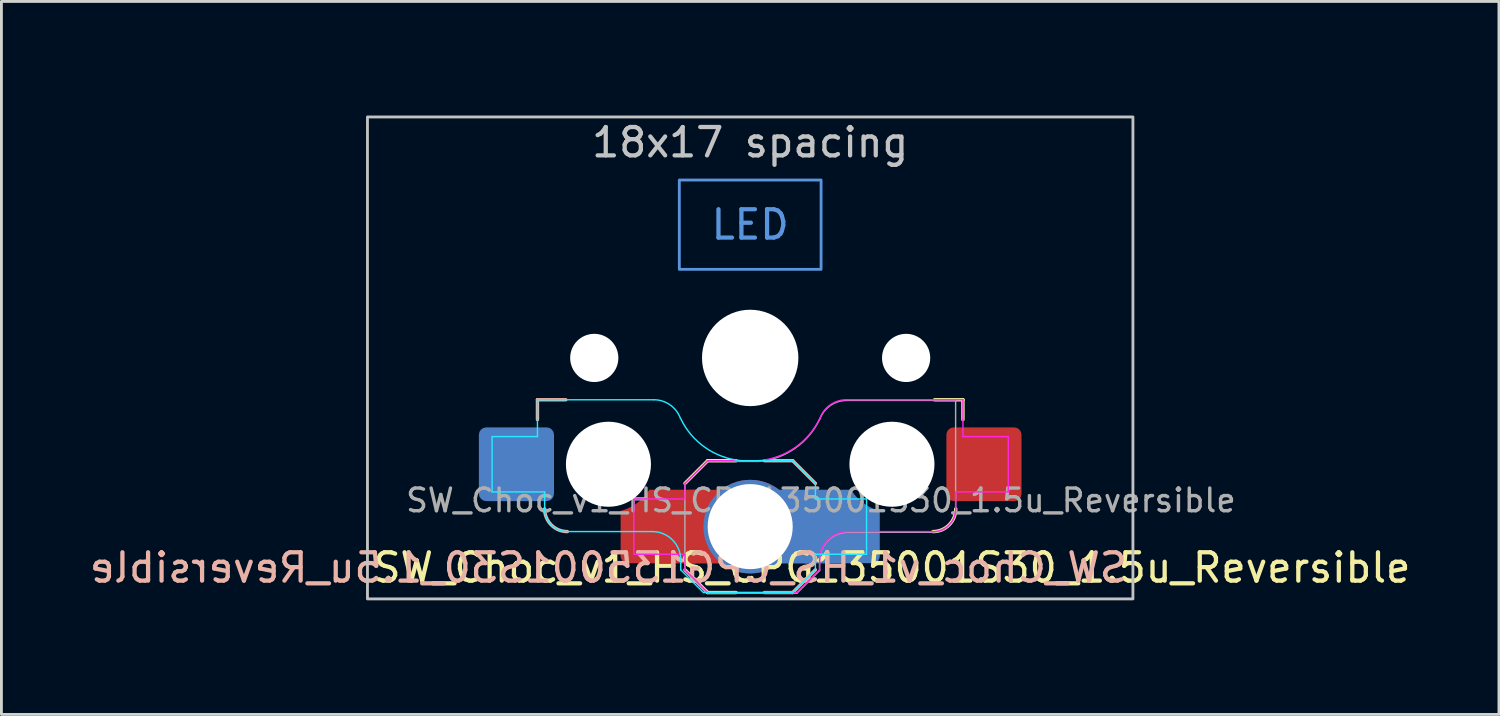
<source format=kicad_pcb>
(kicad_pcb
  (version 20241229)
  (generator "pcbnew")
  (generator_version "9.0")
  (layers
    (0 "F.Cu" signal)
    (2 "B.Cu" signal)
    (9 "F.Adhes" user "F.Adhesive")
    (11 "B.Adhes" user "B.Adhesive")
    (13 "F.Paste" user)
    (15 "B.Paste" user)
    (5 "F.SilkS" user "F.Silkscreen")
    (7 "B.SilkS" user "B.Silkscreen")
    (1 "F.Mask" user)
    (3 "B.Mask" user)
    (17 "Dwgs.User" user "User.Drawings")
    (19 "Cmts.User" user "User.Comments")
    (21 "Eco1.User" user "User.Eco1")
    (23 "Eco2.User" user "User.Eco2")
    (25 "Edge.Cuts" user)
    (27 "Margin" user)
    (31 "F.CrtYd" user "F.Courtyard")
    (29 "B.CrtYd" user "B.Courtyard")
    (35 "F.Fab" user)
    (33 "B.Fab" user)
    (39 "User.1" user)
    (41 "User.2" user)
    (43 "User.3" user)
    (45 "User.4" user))
  (footprint "SW_Choc_v1_HS_CPG135001S30_1.5u_Reversible"
    (layer "F.Cu")
    (at 23.411 9.575)
    (property "Reference" "SW_Choc_v1_HS_CPG135001S30_1.5u_Reversible" (at 5 7.4 180) (layer "F.SilkS") (effects (font (size 1 1) (thickness 0.15))))
    (attr smd)
    (fp_line (start -2.3 7.475) (end -1.5 8.275) (stroke (width 0.12) (type solid)) (layer "F.SilkS"))
    (fp_line (start -1.5 3.625) (end -2.3 4.425) (stroke (width 0.12) (type solid)) (layer "F.SilkS"))
    (fp_line (start -1.5 3.625) (end -0.5 3.625) (stroke (width 0.12) (type solid)) (layer "F.SilkS"))
    (fp_line (start -1.5 8.275) (end -0.5 8.275) (stroke (width 0.12) (type solid)) (layer "F.SilkS"))
    (fp_line (start 7.504 1.475) (end 6.504 1.475) (stroke (width 0.12) (type solid)) (layer "F.SilkS"))
    (fp_line (start 7.504 1.475) (end 7.504 2.175) (stroke (width 0.12) (type solid)) (layer "F.SilkS"))
    (fp_arc (start 7.25 5.325) (mid 7.015685 5.890685) (end 6.45 6.125) (stroke (width 0.12) (type solid)) (layer "F.SilkS"))
    (fp_line (start -7.504 1.475) (end -7.504 2.175) (stroke (width 0.12) (type solid)) (layer "B.SilkS"))
    (fp_line (start -7.504 1.475) (end -6.504 1.475) (stroke (width 0.12) (type solid)) (layer "B.SilkS"))
    (fp_line (start 1.5 3.625) (end 0.5 3.625) (stroke (width 0.12) (type solid)) (layer "B.SilkS"))
    (fp_line (start 1.5 3.625) (end 2.3 4.425) (stroke (width 0.12) (type solid)) (layer "B.SilkS"))
    (fp_line (start 1.5 8.275) (end 0.5 8.275) (stroke (width 0.12) (type solid)) (layer "B.SilkS"))
    (fp_line (start 2.3 7.475) (end 1.5 8.275) (stroke (width 0.12) (type solid)) (layer "B.SilkS"))
    (fp_arc (start -6.45 6.125) (mid -7.015685 5.890685) (end -7.25 5.325) (stroke (width 0.12) (type solid)) (layer "B.SilkS"))
    (fp_rect (start -13.5 -8.5) (end 13.5 8.5) (stroke (width 0.1) (type solid)) (fill no) (layer "Dwgs.User"))
    (fp_rect (start -2.5 -6.275) (end 2.5 -3.125) (stroke (width 0.1) (type default)) (fill no) (layer "Cmts.User"))
    (fp_rect (start -14.287 -9.525) (end 14.287 9.525) (stroke (width 0.1) (type solid)) (fill no) (layer "Eco1.User"))
    (fp_line (start -6.95 -6.45) (end -6.95 6.45) (stroke (width 0.05) (type solid)) (layer "Eco2.User"))
    (fp_line (start -6.45 6.95) (end 6.45 6.95) (stroke (width 0.05) (type solid)) (layer "Eco2.User"))
    (fp_line (start 6.45 -6.95) (end -6.45 -6.95) (stroke (width 0.05) (type solid)) (layer "Eco2.User"))
    (fp_line (start 6.95 6.45) (end 6.95 -6.45) (stroke (width 0.05) (type solid)) (layer "Eco2.User"))
    (fp_arc (start -6.95 -6.45) (mid -6.803553 -6.803553) (end -6.45 -6.95) (stroke (width 0.05) (type solid)) (layer "Eco2.User"))
    (fp_arc (start -6.45 6.95) (mid -6.803553 6.803553) (end -6.95 6.45) (stroke (width 0.05) (type solid)) (layer "Eco2.User"))
    (fp_arc (start 6.45 -6.95) (mid 6.803553 -6.803553) (end 6.95 -6.45) (stroke (width 0.05) (type solid)) (layer "Eco2.User"))
    (fp_arc (start 6.95 6.45) (mid 6.803553 6.803553) (end 6.45 6.95) (stroke (width 0.05) (type solid)) (layer "Eco2.User"))
    (fp_line (start -9.104 2.775) (end -7.504 2.775) (stroke (width 0.05) (type solid)) (layer "B.CrtYd"))
    (fp_line (start -9.104 4.725) (end -9.104 2.775) (stroke (width 0.05) (type solid)) (layer "B.CrtYd"))
    (fp_line (start -7.504 1.475) (end -7.504 2.175) (stroke (width 0.05) (type solid)) (layer "B.CrtYd"))
    (fp_line (start -7.504 1.475) (end -3.4 1.475) (stroke (width 0.05) (type solid)) (layer "B.CrtYd"))
    (fp_line (start -7.504 2.175) (end -7.504 2.775) (stroke (width 0.05) (type solid)) (layer "B.CrtYd"))
    (fp_line (start -7.25 4.725) (end -9.104 4.725) (stroke (width 0.05) (type solid)) (layer "B.CrtYd"))
    (fp_line (start -7.25 5.325) (end -7.25 4.725) (stroke (width 0.05) (type solid)) (layer "B.CrtYd"))
    (fp_line (start -3.45 6.125) (end -6.45 6.125) (stroke (width 0.05) (type solid)) (layer "B.CrtYd"))
    (fp_line (start -2.45 7.475) (end -2.45 7.125) (stroke (width 0.05) (type solid)) (layer "B.CrtYd"))
    (fp_line (start -2.45 7.475) (end -1.65 8.275) (stroke (width 0.05) (type solid)) (layer "B.CrtYd"))
    (fp_line (start 1.5 3.625) (end -0.3 3.625) (stroke (width 0.05) (type solid)) (layer "B.CrtYd"))
    (fp_line (start 1.5 3.625) (end 2.3 4.425) (stroke (width 0.05) (type solid)) (layer "B.CrtYd"))
    (fp_line (start 1.5 8.275) (end -1.65 8.275) (stroke (width 0.05) (type solid)) (layer "B.CrtYd"))
    (fp_line (start 2.3 4.975) (end 2.3 4.425) (stroke (width 0.05) (type solid)) (layer "B.CrtYd"))
    (fp_line (start 2.3 7.475) (end 1.5 8.275) (stroke (width 0.05) (type solid)) (layer "B.CrtYd"))
    (fp_line (start 2.3 7.475) (end 2.3 6.925) (stroke (width 0.05) (type solid)) (layer "B.CrtYd"))
    (fp_line (start 4.104 4.975) (end 2.3 4.975) (stroke (width 0.05) (type solid)) (layer "B.CrtYd"))
    (fp_line (start 4.104 4.975) (end 4.104 6.925) (stroke (width 0.05) (type solid)) (layer "B.CrtYd"))
    (fp_line (start 4.104 6.925) (end 2.3 6.925) (stroke (width 0.05) (type solid)) (layer "B.CrtYd"))
    (fp_arc (start -6.45 6.125) (mid -7.015685 5.890685) (end -7.25 5.325) (stroke (width 0.05) (type solid)) (layer "B.CrtYd"))
    (fp_arc (start -3.45 6.125) (mid -2.742893 6.417893) (end -2.45 7.125) (stroke (width 0.05) (type solid)) (layer "B.CrtYd"))
    (fp_arc (start -3.4 1.475) (mid -2.826423 1.655848) (end -2.460307 2.13298) (stroke (width 0.05) (type solid)) (layer "B.CrtYd"))
    (fp_arc (start -0.299999 3.624999) (mid -1.577272 3.167235) (end -2.455444 2.13293) (stroke (width 0.05) (type solid)) (layer "B.CrtYd"))
    (fp_line (start -4.104 4.975) (end -4.104 6.925) (stroke (width 0.05) (type solid)) (layer "F.CrtYd"))
    (fp_line (start -4.104 4.975) (end -2.3 4.975) (stroke (width 0.05) (type solid)) (layer "F.CrtYd"))
    (fp_line (start -4.104 6.925) (end -2.3 6.925) (stroke (width 0.05) (type solid)) (layer "F.CrtYd"))
    (fp_line (start -2.3 4.975) (end -2.3 4.425) (stroke (width 0.05) (type solid)) (layer "F.CrtYd"))
    (fp_line (start -2.3 7.475) (end -2.3 6.925) (stroke (width 0.05) (type solid)) (layer "F.CrtYd"))
    (fp_line (start -2.3 7.475) (end -1.5 8.275) (stroke (width 0.05) (type solid)) (layer "F.CrtYd"))
    (fp_line (start -1.5 3.625) (end -2.3 4.425) (stroke (width 0.05) (type solid)) (layer "F.CrtYd"))
    (fp_line (start -1.5 3.625) (end 0.3 3.625) (stroke (width 0.05) (type solid)) (layer "F.CrtYd"))
    (fp_line (start -1.5 8.275) (end 1.65 8.275) (stroke (width 0.05) (type solid)) (layer "F.CrtYd"))
    (fp_line (start 2.45 7.475) (end 1.65 8.275) (stroke (width 0.05) (type solid)) (layer "F.CrtYd"))
    (fp_line (start 2.45 7.475) (end 2.45 7.125) (stroke (width 0.05) (type solid)) (layer "F.CrtYd"))
    (fp_line (start 3.45 6.125) (end 6.45 6.125) (stroke (width 0.05) (type solid)) (layer "F.CrtYd"))
    (fp_line (start 7.25 4.725) (end 9.104 4.725) (stroke (width 0.05) (type solid)) (layer "F.CrtYd"))
    (fp_line (start 7.25 5.325) (end 7.25 4.725) (stroke (width 0.05) (type solid)) (layer "F.CrtYd"))
    (fp_line (start 7.504 1.475) (end 3.4 1.475) (stroke (width 0.05) (type solid)) (layer "F.CrtYd"))
    (fp_line (start 7.504 1.475) (end 7.504 2.175) (stroke (width 0.05) (type solid)) (layer "F.CrtYd"))
    (fp_line (start 7.504 2.175) (end 7.504 2.775) (stroke (width 0.05) (type solid)) (layer "F.CrtYd"))
    (fp_line (start 9.104 2.775) (end 7.504 2.775) (stroke (width 0.05) (type solid)) (layer "F.CrtYd"))
    (fp_line (start 9.104 4.725) (end 9.104 2.775) (stroke (width 0.05) (type solid)) (layer "F.CrtYd"))
    (fp_arc (start 2.45 7.125) (mid 2.742893 6.417893) (end 3.45 6.125) (stroke (width 0.05) (type solid)) (layer "F.CrtYd"))
    (fp_arc (start 2.455444 2.13293) (mid 1.577272 3.167235) (end 0.299999 3.624999) (stroke (width 0.05) (type solid)) (layer "F.CrtYd"))
    (fp_arc (start 2.460307 2.13298) (mid 2.826423 1.655848) (end 3.4 1.475) (stroke (width 0.05) (type solid)) (layer "F.CrtYd"))
    (fp_arc (start 7.25 5.325) (mid 7.015685 5.890685) (end 6.45 6.125) (stroke (width 0.05) (type solid)) (layer "F.CrtYd"))
    (fp_line (start -2.304 7.5) (end -2.304 4.45) (stroke (width 0.05) (type solid)) (layer "F.Fab"))
    (fp_line (start -2.304 7.5) (end -1.504 8.3) (stroke (width 0.05) (type solid)) (layer "F.Fab"))
    (fp_line (start -1.504 3.65) (end -2.304 4.45) (stroke (width 0.05) (type solid)) (layer "F.Fab"))
    (fp_line (start -1.504 3.65) (end 0.296 3.65) (stroke (width 0.05) (type solid)) (layer "F.Fab"))
    (fp_line (start -1.504 8.3) (end 1.646 8.3) (stroke (width 0.05) (type solid)) (layer "F.Fab"))
    (fp_line (start 2.446 7.5) (end 1.646 8.3) (stroke (width 0.05) (type solid)) (layer "F.Fab"))
    (fp_line (start 2.446 7.5) (end 2.446 7.15) (stroke (width 0.05) (type solid)) (layer "F.Fab"))
    (fp_line (start 3.446 6.15) (end 6.446 6.15) (stroke (width 0.05) (type solid)) (layer "F.Fab"))
    (fp_line (start 7.246 1.5) (end 3.396 1.5) (stroke (width 0.05) (type solid)) (layer "F.Fab"))
    (fp_line (start 7.246 5.35) (end 7.246 1.5) (stroke (width 0.05) (type solid)) (layer "F.Fab"))
    (fp_arc (start 2.446 7.15) (mid 2.738893 6.442893) (end 3.446 6.15) (stroke (width 0.05) (type solid)) (layer "F.Fab"))
    (fp_arc (start 2.451444 2.15793) (mid 1.573272 3.192235) (end 0.295999 3.649999) (stroke (width 0.05) (type solid)) (layer "F.Fab"))
    (fp_arc (start 2.456307 2.15798) (mid 2.822423 1.680848) (end 3.396 1.5) (stroke (width 0.05) (type solid)) (layer "F.Fab"))
    (fp_arc (start 7.246 5.35) (mid 7.011685 5.915685) (end 6.446 6.15) (stroke (width 0.05) (type solid)) (layer "F.Fab"))
    (fp_line (start -4.57 6.99) (end -4.57 5.395) (stroke (width 0.05) (type solid)) (layer "User.4"))
    (fp_line (start -4.31 7.25) (end -1.92 7.25) (stroke (width 0.05) (type solid)) (layer "User.4"))
    (fp_line (start -1.92 4.65) (end -3.558 4.65) (stroke (width 0.05) (type solid)) (layer "User.4"))
    (fp_line (start -1.92 7.25) (end -1.92 4.65) (stroke (width 0.05) (type solid)) (layer "User.4"))
    (fp_arc (start -4.31 7.25) (mid -4.493848 7.173848) (end -4.57 6.99) (stroke (width 0.05) (type solid)) (layer "User.4"))
    (fp_arc (start -3.557779 4.65) (mid -3.797918 4.952082) (end -4.57 5.394717) (stroke (width 0.05) (type solid)) (layer "User.4"))
    (fp_text user "${REFERENCE}" (at -5 7.4 0) (unlocked yes) (layer "B.SilkS") (effects (font (size 1 1) (thickness 0.15)) (justify mirror)))
    (fp_text user "18x17 spacing" (at 0 -7.6 180) (layer "Dwgs.User") (effects (font (size 1 1) (thickness 0.15))))
    (fp_text user "LED" (at 0 -4.7 0) (unlocked yes) (layer "Cmts.User") (effects (font (size 1 1) (thickness 0.15))))
    (fp_text user "19.05 spacing" (at 0 -8.7 180) (layer "Eco1.User") (effects (font (size 1 1) (thickness 0.15))))
    (fp_text user "${REFERENCE}" (at 2.496 5.025 0) (layer "F.Fab") (effects (font (size 0.8 0.8) (thickness 0.12))))
    (pad "" np_thru_hole circle (at -5.5 0 180) (size 1.7 1.7) (drill 1.7) (layers "*.Cu" "*.Mask"))
    (pad "" np_thru_hole circle (at -5 3.75) (size 3 3) (drill 3) (layers "*.Cu" "*.Mask"))
    (pad "" np_thru_hole circle (at 0 0 180) (size 3.4 3.4) (drill 3.4) (layers "*.Cu" "*.Mask"))
    (pad "" np_thru_hole circle (at 5 3.75) (size 3 3) (drill 3) (layers "*.Cu" "*.Mask"))
    (pad "" np_thru_hole circle (at 5.5 0 180) (size 1.7 1.7) (drill 1.7) (layers "*.Cu" "*.Mask"))
    (pad "1" smd roundrect (at -8.245 3.75) (size 2.65 2.6) (layers "B.Cu" "B.Mask" "B.Paste") (roundrect_rratio 0.1))
    (pad "1" smd roundrect (at 8.245 3.75) (size 2.65 2.6) (layers "F.Cu" "F.Mask" "F.Paste") (roundrect_rratio 0.1))
    (pad "2" smd custom (at -3.245 5.95) (size 1 1) (layers "F.Cu" "F.Mask" "F.Paste") (options (anchor circle)) (primitives (gr_poly (pts (arc (start -1.066079 1.290075) (mid -1.249229 1.213543) (end -1.325 1.030077)) (arc (start -1.325 -0.555282) (mid -0.552918 -0.997918) (end -0.312778 -1.300001)) (xy 1.325 -1.3) (xy 1.325 1.3)) (width 0) (fill yes))))
    (pad "2" smd rect (at -1.55 5.95 180) (size 1.2 2.6) (layers "F.Cu"))
    (pad "2" thru_hole circle (at 0 5.95) (size 3.3 3.3) (drill 3) (layers "*.Cu" "F.Mask"))
    (pad "2" smd rect (at 1.55 5.95 180) (size 1.2 2.6) (layers "B.Cu"))
    (pad "2" smd custom (at 3.245 5.95) (size 1 1) (layers "B.Cu" "B.Mask" "B.Paste") (options (anchor circle)) (primitives (gr_poly (pts (arc (start 1.066079 1.290075) (mid 1.249229 1.213543) (end 1.325 1.030077)) (arc (start 1.325 -0.555282) (mid 0.552918 -0.997918) (end 0.312778 -1.300001)) (xy -1.325 -1.3) (xy -1.325 1.3)) (width 0) (fill yes)))))
  (gr_rect
    (start -3 -3)
    (end 49.821 22.15)
    (stroke (width 0.1) (type default))
    (fill no)
    (layer "Edge.Cuts")))
</source>
